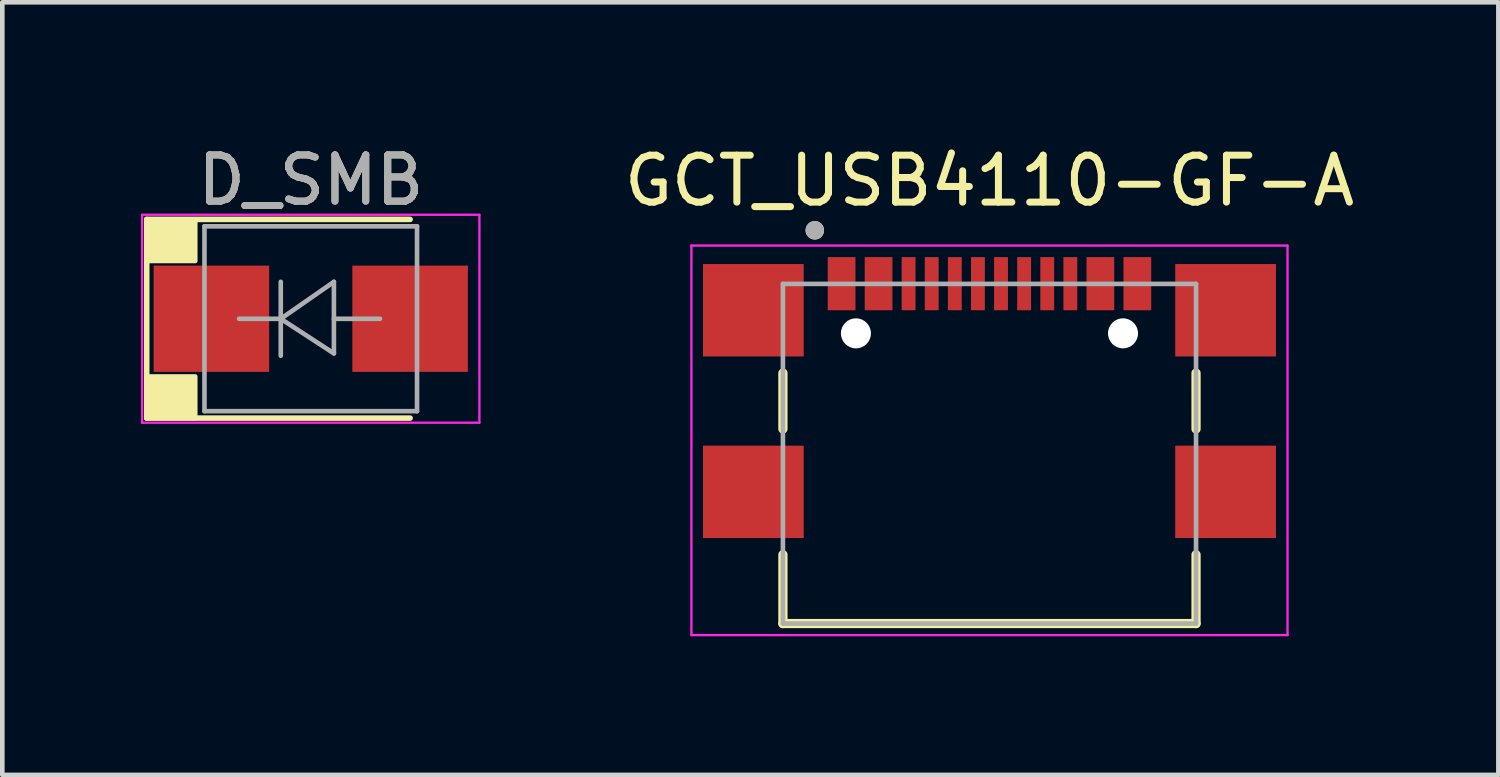
<source format=kicad_pcb>
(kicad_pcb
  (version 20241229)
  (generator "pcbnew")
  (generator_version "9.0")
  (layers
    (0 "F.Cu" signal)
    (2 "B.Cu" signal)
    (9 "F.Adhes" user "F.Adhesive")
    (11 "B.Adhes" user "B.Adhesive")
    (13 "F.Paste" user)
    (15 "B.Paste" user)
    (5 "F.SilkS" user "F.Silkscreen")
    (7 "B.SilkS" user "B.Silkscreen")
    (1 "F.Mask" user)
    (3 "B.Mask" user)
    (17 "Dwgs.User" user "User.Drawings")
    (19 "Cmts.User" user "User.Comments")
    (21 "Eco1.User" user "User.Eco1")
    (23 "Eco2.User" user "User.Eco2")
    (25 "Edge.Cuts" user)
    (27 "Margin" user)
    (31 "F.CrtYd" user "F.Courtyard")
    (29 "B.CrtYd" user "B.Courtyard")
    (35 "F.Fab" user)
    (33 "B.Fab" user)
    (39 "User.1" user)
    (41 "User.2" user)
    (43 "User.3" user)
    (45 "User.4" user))
  (footprint "GCT_USB4110-GF-A"
    (layer "F.Cu")
    (at 18.363 4.164)
    (property "Reference" "GCT_USB4110-GF-A" (at 0 -3.302 0) (layer "F.SilkS") (effects (font (size 1.016 1.016) (thickness 0.152))))
    (attr through_hole)
    (fp_line (start -4.47 0.86) (end -4.47 2.07) (stroke (width 0.2) (type solid)) (layer "F.SilkS"))
    (fp_line (start -4.47 4.79) (end -4.47 6.28) (stroke (width 0.2) (type solid)) (layer "F.SilkS"))
    (fp_line (start -4.47 6.28) (end 4.47 6.28) (stroke (width 0.2) (type solid)) (layer "F.SilkS"))
    (fp_line (start 4.47 0.86) (end 4.47 2.07) (stroke (width 0.2) (type solid)) (layer "F.SilkS"))
    (fp_line (start 4.47 6.28) (end 4.47 4.79) (stroke (width 0.2) (type solid)) (layer "F.SilkS"))
    (fp_circle (center -3.78 -2.23) (end -3.68 -2.23) (stroke (width 0.2) (type solid)) (fill no) (layer "F.SilkS"))
    (fp_line (start -6.45 -1.9) (end 6.45 -1.9) (stroke (width 0.05) (type solid)) (layer "F.CrtYd"))
    (fp_line (start -6.45 6.53) (end -6.45 -1.9) (stroke (width 0.05) (type solid)) (layer "F.CrtYd"))
    (fp_line (start 6.45 -1.9) (end 6.45 6.53) (stroke (width 0.05) (type solid)) (layer "F.CrtYd"))
    (fp_line (start 6.45 6.53) (end -6.45 6.53) (stroke (width 0.05) (type solid)) (layer "F.CrtYd"))
    (fp_line (start -4.47 -1.07) (end -4.47 6.28) (stroke (width 0.1) (type solid)) (layer "F.Fab"))
    (fp_line (start -4.47 6.28) (end 4.47 6.28) (stroke (width 0.1) (type solid)) (layer "F.Fab"))
    (fp_line (start 4.47 -1.07) (end -4.47 -1.07) (stroke (width 0.1) (type solid)) (layer "F.Fab"))
    (fp_line (start 4.47 6.28) (end 4.47 -1.07) (stroke (width 0.1) (type solid)) (layer "F.Fab"))
    (fp_circle (center -3.78 -2.23) (end -3.68 -2.23) (stroke (width 0.2) (type solid)) (fill no) (layer "F.Fab"))
    (pad "" np_thru_hole circle (at -2.89 0) (size 0.65 0.65) (drill 0.65) (layers "*.Cu" "*.Mask"))
    (pad "" np_thru_hole circle (at 2.89 0) (size 0.65 0.65) (drill 0.65) (layers "*.Cu" "*.Mask"))
    (pad "A1/B12" smd rect (at -3.2 -1.075) (size 0.6 1.15) (layers "F.Cu" "F.Mask" "F.Paste"))
    (pad "A4/B9" smd rect (at -2.4 -1.075) (size 0.6 1.15) (layers "F.Cu" "F.Mask" "F.Paste"))
    (pad "A5" smd rect (at -1.25 -1.075) (size 0.3 1.15) (layers "F.Cu" "F.Mask" "F.Paste"))
    (pad "A6" smd rect (at -0.25 -1.075) (size 0.3 1.15) (layers "F.Cu" "F.Mask" "F.Paste"))
    (pad "A7" smd rect (at 0.25 -1.075) (size 0.3 1.15) (layers "F.Cu" "F.Mask" "F.Paste"))
    (pad "A8" smd rect (at 1.25 -1.075) (size 0.3 1.15) (layers "F.Cu" "F.Mask" "F.Paste"))
    (pad "B1/A12" smd rect (at 3.2 -1.075) (size 0.6 1.15) (layers "F.Cu" "F.Mask" "F.Paste"))
    (pad "B4/A9" smd rect (at 2.4 -1.075) (size 0.6 1.15) (layers "F.Cu" "F.Mask" "F.Paste"))
    (pad "B5" smd rect (at 1.75 -1.075) (size 0.3 1.15) (layers "F.Cu" "F.Mask" "F.Paste"))
    (pad "B6" smd rect (at 0.75 -1.075) (size 0.3 1.15) (layers "F.Cu" "F.Mask" "F.Paste"))
    (pad "B7" smd rect (at -0.75 -1.075) (size 0.3 1.15) (layers "F.Cu" "F.Mask" "F.Paste"))
    (pad "B8" smd rect (at -1.75 -1.075) (size 0.3 1.15) (layers "F.Cu" "F.Mask" "F.Paste"))
    (pad "S1" smd rect (at -5.11 -0.5) (size 2.18 2) (layers "F.Cu" "F.Mask" "F.Paste"))
    (pad "S2" smd rect (at 5.11 -0.5) (size 2.18 2) (layers "F.Cu" "F.Mask" "F.Paste"))
    (pad "S3" smd rect (at -5.11 3.43) (size 2.18 2) (layers "F.Cu" "F.Mask" "F.Paste"))
    (pad "S4" smd rect (at 5.11 3.43) (size 2.18 2) (layers "F.Cu" "F.Mask" "F.Paste")))
  (footprint "D_SMB"
    (layer "F.Cu")
    (at 3.675 3.848)
    (property "Reference" "D_SMB" (at 0 -3 0) (layer "F.SilkS") (effects (font (size 1 1) (thickness 0.15))))
    (attr smd)
    (fp_line (start -3.55 -2.15) (end -3.55 2.15) (stroke (width 0.12) (type solid)) (layer "F.SilkS"))
    (fp_line (start -3.55 -2.15) (end 2.15 -2.15) (stroke (width 0.12) (type solid)) (layer "F.SilkS"))
    (fp_line (start -3.55 2.15) (end 2.15 2.15) (stroke (width 0.12) (type solid)) (layer "F.SilkS"))
    (fp_poly (pts (xy -2.5 -1.25) (xy -3.55 -1.25) (xy -3.55 -2.15) (xy -2.5 -2.15)) (stroke (width 0.1) (type solid)) (fill yes) (layer "F.SilkS"))
    (fp_poly (pts (xy -2.5 2.15) (xy -3.55 2.15) (xy -3.55 1.25) (xy -2.5 1.25)) (stroke (width 0.1) (type solid)) (fill yes) (layer "F.SilkS"))
    (fp_line (start -3.65 -2.25) (end 3.65 -2.25) (stroke (width 0.05) (type solid)) (layer "F.CrtYd"))
    (fp_line (start -3.65 2.25) (end -3.65 -2.25) (stroke (width 0.05) (type solid)) (layer "F.CrtYd"))
    (fp_line (start 3.65 -2.25) (end 3.65 2.25) (stroke (width 0.05) (type solid)) (layer "F.CrtYd"))
    (fp_line (start 3.65 2.25) (end -3.65 2.25) (stroke (width 0.05) (type solid)) (layer "F.CrtYd"))
    (fp_line (start -2.3 2) (end -2.3 -2) (stroke (width 0.1) (type solid)) (layer "F.Fab"))
    (fp_line (start -0.649 -0.799) (end -0.649 0.801) (stroke (width 0.1) (type solid)) (layer "F.Fab"))
    (fp_line (start -0.649 0.001) (end -1.551 0.001) (stroke (width 0.1) (type solid)) (layer "F.Fab"))
    (fp_line (start -0.649 0.001) (end 0.501 -0.799) (stroke (width 0.1) (type solid)) (layer "F.Fab"))
    (fp_line (start -0.649 0.001) (end 0.501 0.75) (stroke (width 0.1) (type solid)) (layer "F.Fab"))
    (fp_line (start 0.501 0.001) (end 1.499 0.001) (stroke (width 0.1) (type solid)) (layer "F.Fab"))
    (fp_line (start 0.501 0.75) (end 0.501 -0.799) (stroke (width 0.1) (type solid)) (layer "F.Fab"))
    (fp_line (start 2.3 -2) (end -2.3 -2) (stroke (width 0.1) (type solid)) (layer "F.Fab"))
    (fp_line (start 2.3 -2) (end 2.3 2) (stroke (width 0.1) (type solid)) (layer "F.Fab"))
    (fp_line (start 2.3 2) (end -2.3 2) (stroke (width 0.1) (type solid)) (layer "F.Fab"))
    (fp_text user "${REFERENCE}" (at 0 -3 0) (layer "F.Fab") (effects (font (size 1 1) (thickness 0.15))))
    (pad "A" smd rect (at 2.15 0) (size 2.5 2.3) (layers "F.Cu" "F.Mask" "F.Paste"))
    (pad "K" smd rect (at -2.15 0) (size 2.5 2.3) (layers "F.Cu" "F.Mask" "F.Paste")))
  (gr_rect
    (start -3 -3)
    (end 29.376 13.719)
    (stroke (width 0.1) (type default))
    (fill no)
    (layer "Edge.Cuts")))
</source>
